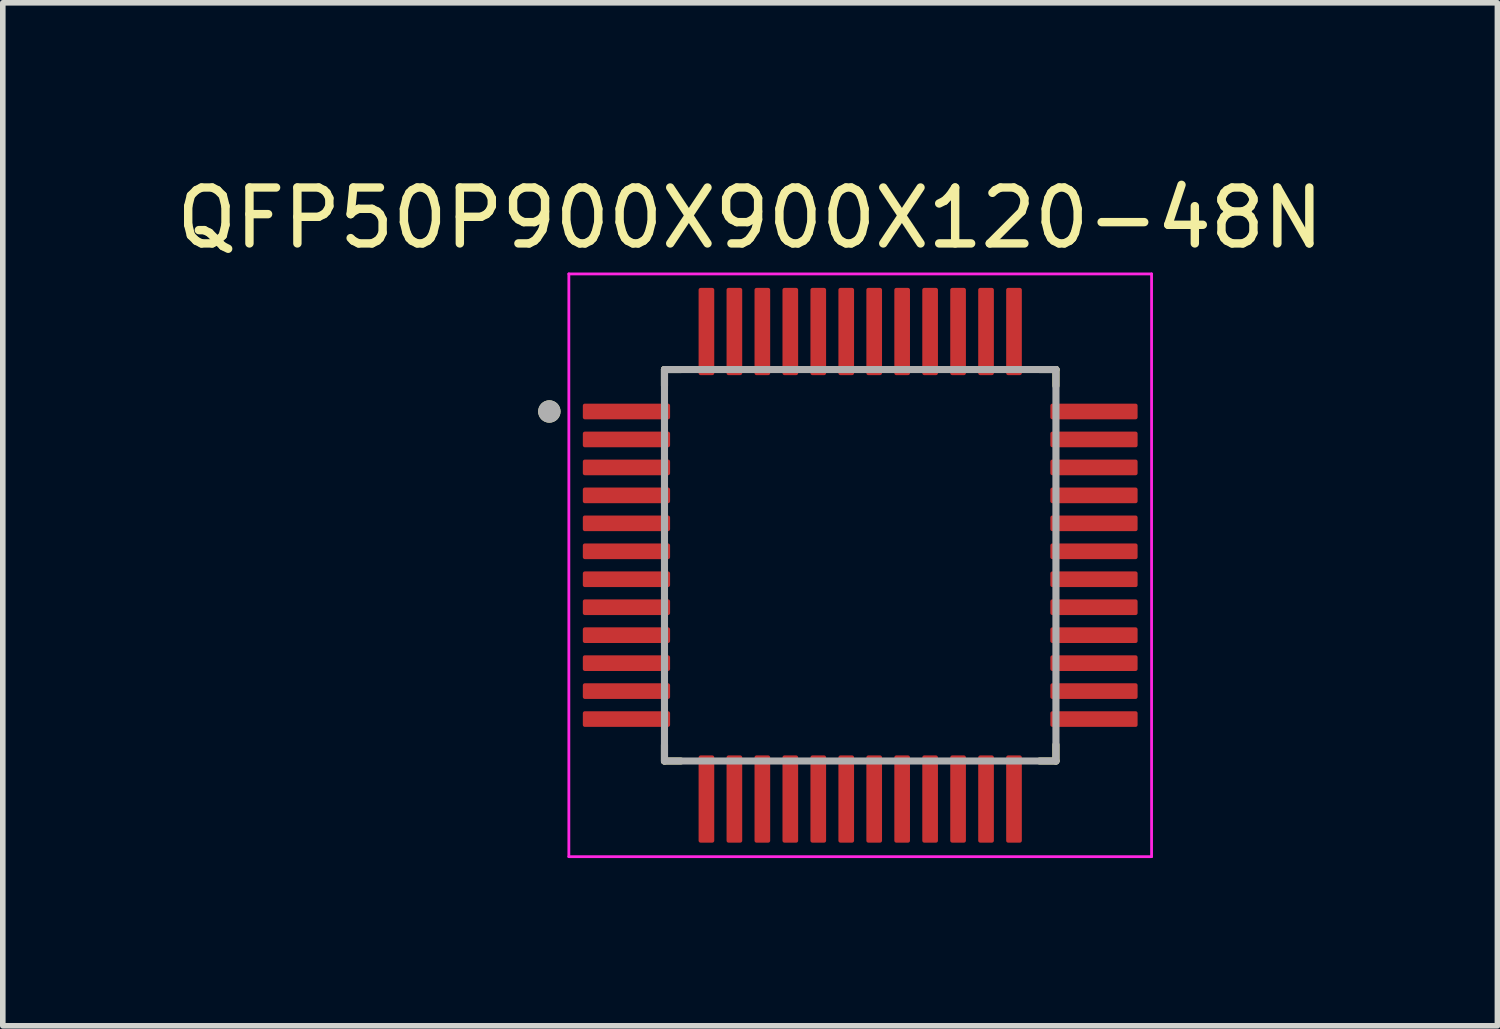
<source format=kicad_pcb>
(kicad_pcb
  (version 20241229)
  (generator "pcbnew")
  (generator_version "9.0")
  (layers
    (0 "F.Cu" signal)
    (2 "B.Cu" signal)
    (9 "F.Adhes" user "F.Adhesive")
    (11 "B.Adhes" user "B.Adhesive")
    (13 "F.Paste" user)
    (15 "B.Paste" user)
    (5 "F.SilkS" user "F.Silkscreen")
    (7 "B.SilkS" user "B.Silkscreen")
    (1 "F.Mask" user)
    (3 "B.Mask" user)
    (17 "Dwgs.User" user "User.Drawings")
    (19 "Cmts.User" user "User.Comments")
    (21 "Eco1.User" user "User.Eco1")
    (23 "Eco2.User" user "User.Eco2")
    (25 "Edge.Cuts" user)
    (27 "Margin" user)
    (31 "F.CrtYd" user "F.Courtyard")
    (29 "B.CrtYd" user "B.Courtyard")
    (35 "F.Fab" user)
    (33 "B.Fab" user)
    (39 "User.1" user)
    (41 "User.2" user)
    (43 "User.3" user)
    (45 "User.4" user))
  (footprint "QFP50P900X900X120-48N"
    (layer "F.Cu")
    (at 12.332 7.058)
    (property "Reference" "QFP50P900X900X120-48N" (at -1.969 -6.21 0) (layer "F.SilkS") (effects (font (size 1 1) (thickness 0.15))))
    (attr smd)
    (fp_line (start -3.5 -3.5) (end -3.5 -3.21) (stroke (width 0.127) (type solid)) (layer "F.SilkS"))
    (fp_line (start -3.5 -3.5) (end -3.21 -3.5) (stroke (width 0.127) (type solid)) (layer "F.SilkS"))
    (fp_line (start -3.5 3.5) (end -3.5 3.21) (stroke (width 0.127) (type solid)) (layer "F.SilkS"))
    (fp_line (start -3.5 3.5) (end -3.21 3.5) (stroke (width 0.127) (type solid)) (layer "F.SilkS"))
    (fp_line (start 3.5 -3.5) (end 3.21 -3.5) (stroke (width 0.127) (type solid)) (layer "F.SilkS"))
    (fp_line (start 3.5 -3.5) (end 3.5 -3.21) (stroke (width 0.127) (type solid)) (layer "F.SilkS"))
    (fp_line (start 3.5 3.5) (end 3.21 3.5) (stroke (width 0.127) (type solid)) (layer "F.SilkS"))
    (fp_line (start 3.5 3.5) (end 3.5 3.21) (stroke (width 0.127) (type solid)) (layer "F.SilkS"))
    (fp_circle (center -5.559 -2.75) (end -5.459 -2.75) (stroke (width 0.2) (type solid)) (fill no) (layer "F.SilkS"))
    (fp_line (start -5.21 -5.21) (end 5.21 -5.21) (stroke (width 0.05) (type solid)) (layer "F.CrtYd"))
    (fp_line (start -5.21 5.21) (end -5.21 -5.21) (stroke (width 0.05) (type solid)) (layer "F.CrtYd"))
    (fp_line (start -5.21 5.21) (end 5.21 5.21) (stroke (width 0.05) (type solid)) (layer "F.CrtYd"))
    (fp_line (start 5.21 5.21) (end 5.21 -5.21) (stroke (width 0.05) (type solid)) (layer "F.CrtYd"))
    (fp_line (start -3.5 3.5) (end -3.5 -3.5) (stroke (width 0.127) (type solid)) (layer "F.Fab"))
    (fp_line (start 3.5 -3.5) (end -3.5 -3.5) (stroke (width 0.127) (type solid)) (layer "F.Fab"))
    (fp_line (start 3.5 3.5) (end -3.5 3.5) (stroke (width 0.127) (type solid)) (layer "F.Fab"))
    (fp_line (start 3.5 3.5) (end 3.5 -3.5) (stroke (width 0.127) (type solid)) (layer "F.Fab"))
    (fp_circle (center -5.559 -2.75) (end -5.459 -2.75) (stroke (width 0.2) (type solid)) (fill no) (layer "F.Fab"))
    (pad "1" smd roundrect (at -4.18 -2.75) (size 1.56 0.28) (layers "F.Cu" "F.Mask" "F.Paste") (roundrect_rratio 0.125))
    (pad "2" smd roundrect (at -4.18 -2.25) (size 1.56 0.28) (layers "F.Cu" "F.Mask" "F.Paste") (roundrect_rratio 0.125))
    (pad "3" smd roundrect (at -4.18 -1.75) (size 1.56 0.28) (layers "F.Cu" "F.Mask" "F.Paste") (roundrect_rratio 0.125))
    (pad "4" smd roundrect (at -4.18 -1.25) (size 1.56 0.28) (layers "F.Cu" "F.Mask" "F.Paste") (roundrect_rratio 0.125))
    (pad "5" smd roundrect (at -4.18 -0.75) (size 1.56 0.28) (layers "F.Cu" "F.Mask" "F.Paste") (roundrect_rratio 0.125))
    (pad "6" smd roundrect (at -4.18 -0.25) (size 1.56 0.28) (layers "F.Cu" "F.Mask" "F.Paste") (roundrect_rratio 0.125))
    (pad "7" smd roundrect (at -4.18 0.25) (size 1.56 0.28) (layers "F.Cu" "F.Mask" "F.Paste") (roundrect_rratio 0.125))
    (pad "8" smd roundrect (at -4.18 0.75) (size 1.56 0.28) (layers "F.Cu" "F.Mask" "F.Paste") (roundrect_rratio 0.125))
    (pad "9" smd roundrect (at -4.18 1.25) (size 1.56 0.28) (layers "F.Cu" "F.Mask" "F.Paste") (roundrect_rratio 0.125))
    (pad "10" smd roundrect (at -4.18 1.75) (size 1.56 0.28) (layers "F.Cu" "F.Mask" "F.Paste") (roundrect_rratio 0.125))
    (pad "11" smd roundrect (at -4.18 2.25) (size 1.56 0.28) (layers "F.Cu" "F.Mask" "F.Paste") (roundrect_rratio 0.125))
    (pad "12" smd roundrect (at -4.18 2.75) (size 1.56 0.28) (layers "F.Cu" "F.Mask" "F.Paste") (roundrect_rratio 0.125))
    (pad "13" smd roundrect (at -2.75 4.18) (size 0.28 1.56) (layers "F.Cu" "F.Mask" "F.Paste") (roundrect_rratio 0.125))
    (pad "14" smd roundrect (at -2.25 4.18) (size 0.28 1.56) (layers "F.Cu" "F.Mask" "F.Paste") (roundrect_rratio 0.125))
    (pad "15" smd roundrect (at -1.75 4.18) (size 0.28 1.56) (layers "F.Cu" "F.Mask" "F.Paste") (roundrect_rratio 0.125))
    (pad "16" smd roundrect (at -1.25 4.18) (size 0.28 1.56) (layers "F.Cu" "F.Mask" "F.Paste") (roundrect_rratio 0.125))
    (pad "17" smd roundrect (at -0.75 4.18) (size 0.28 1.56) (layers "F.Cu" "F.Mask" "F.Paste") (roundrect_rratio 0.125))
    (pad "18" smd roundrect (at -0.25 4.18) (size 0.28 1.56) (layers "F.Cu" "F.Mask" "F.Paste") (roundrect_rratio 0.125))
    (pad "19" smd roundrect (at 0.25 4.18) (size 0.28 1.56) (layers "F.Cu" "F.Mask" "F.Paste") (roundrect_rratio 0.125))
    (pad "20" smd roundrect (at 0.75 4.18) (size 0.28 1.56) (layers "F.Cu" "F.Mask" "F.Paste") (roundrect_rratio 0.125))
    (pad "21" smd roundrect (at 1.25 4.18) (size 0.28 1.56) (layers "F.Cu" "F.Mask" "F.Paste") (roundrect_rratio 0.125))
    (pad "22" smd roundrect (at 1.75 4.18) (size 0.28 1.56) (layers "F.Cu" "F.Mask" "F.Paste") (roundrect_rratio 0.125))
    (pad "23" smd roundrect (at 2.25 4.18) (size 0.28 1.56) (layers "F.Cu" "F.Mask" "F.Paste") (roundrect_rratio 0.125))
    (pad "24" smd roundrect (at 2.75 4.18) (size 0.28 1.56) (layers "F.Cu" "F.Mask" "F.Paste") (roundrect_rratio 0.125))
    (pad "25" smd roundrect (at 4.18 2.75) (size 1.56 0.28) (layers "F.Cu" "F.Mask" "F.Paste") (roundrect_rratio 0.125))
    (pad "26" smd roundrect (at 4.18 2.25) (size 1.56 0.28) (layers "F.Cu" "F.Mask" "F.Paste") (roundrect_rratio 0.125))
    (pad "27" smd roundrect (at 4.18 1.75) (size 1.56 0.28) (layers "F.Cu" "F.Mask" "F.Paste") (roundrect_rratio 0.125))
    (pad "28" smd roundrect (at 4.18 1.25) (size 1.56 0.28) (layers "F.Cu" "F.Mask" "F.Paste") (roundrect_rratio 0.125))
    (pad "29" smd roundrect (at 4.18 0.75) (size 1.56 0.28) (layers "F.Cu" "F.Mask" "F.Paste") (roundrect_rratio 0.125))
    (pad "30" smd roundrect (at 4.18 0.25) (size 1.56 0.28) (layers "F.Cu" "F.Mask" "F.Paste") (roundrect_rratio 0.125))
    (pad "31" smd roundrect (at 4.18 -0.25) (size 1.56 0.28) (layers "F.Cu" "F.Mask" "F.Paste") (roundrect_rratio 0.125))
    (pad "32" smd roundrect (at 4.18 -0.75) (size 1.56 0.28) (layers "F.Cu" "F.Mask" "F.Paste") (roundrect_rratio 0.125))
    (pad "33" smd roundrect (at 4.18 -1.25) (size 1.56 0.28) (layers "F.Cu" "F.Mask" "F.Paste") (roundrect_rratio 0.125))
    (pad "34" smd roundrect (at 4.18 -1.75) (size 1.56 0.28) (layers "F.Cu" "F.Mask" "F.Paste") (roundrect_rratio 0.125))
    (pad "35" smd roundrect (at 4.18 -2.25) (size 1.56 0.28) (layers "F.Cu" "F.Mask" "F.Paste") (roundrect_rratio 0.125))
    (pad "36" smd roundrect (at 4.18 -2.75) (size 1.56 0.28) (layers "F.Cu" "F.Mask" "F.Paste") (roundrect_rratio 0.125))
    (pad "37" smd roundrect (at 2.75 -4.18) (size 0.28 1.56) (layers "F.Cu" "F.Mask" "F.Paste") (roundrect_rratio 0.125))
    (pad "38" smd roundrect (at 2.25 -4.18) (size 0.28 1.56) (layers "F.Cu" "F.Mask" "F.Paste") (roundrect_rratio 0.125))
    (pad "39" smd roundrect (at 1.75 -4.18) (size 0.28 1.56) (layers "F.Cu" "F.Mask" "F.Paste") (roundrect_rratio 0.125))
    (pad "40" smd roundrect (at 1.25 -4.18) (size 0.28 1.56) (layers "F.Cu" "F.Mask" "F.Paste") (roundrect_rratio 0.125))
    (pad "41" smd roundrect (at 0.75 -4.18) (size 0.28 1.56) (layers "F.Cu" "F.Mask" "F.Paste") (roundrect_rratio 0.125))
    (pad "42" smd roundrect (at 0.25 -4.18) (size 0.28 1.56) (layers "F.Cu" "F.Mask" "F.Paste") (roundrect_rratio 0.125))
    (pad "43" smd roundrect (at -0.25 -4.18) (size 0.28 1.56) (layers "F.Cu" "F.Mask" "F.Paste") (roundrect_rratio 0.125))
    (pad "44" smd roundrect (at -0.75 -4.18) (size 0.28 1.56) (layers "F.Cu" "F.Mask" "F.Paste") (roundrect_rratio 0.125))
    (pad "45" smd roundrect (at -1.25 -4.18) (size 0.28 1.56) (layers "F.Cu" "F.Mask" "F.Paste") (roundrect_rratio 0.125))
    (pad "46" smd roundrect (at -1.75 -4.18) (size 0.28 1.56) (layers "F.Cu" "F.Mask" "F.Paste") (roundrect_rratio 0.125))
    (pad "47" smd roundrect (at -2.25 -4.18) (size 0.28 1.56) (layers "F.Cu" "F.Mask" "F.Paste") (roundrect_rratio 0.125))
    (pad "48" smd roundrect (at -2.75 -4.18) (size 0.28 1.56) (layers "F.Cu" "F.Mask" "F.Paste") (roundrect_rratio 0.125)))
  (gr_rect
    (start -3 -3)
    (end 23.726 15.293)
    (stroke (width 0.1) (type default))
    (fill no)
    (layer "Edge.Cuts")))
</source>
